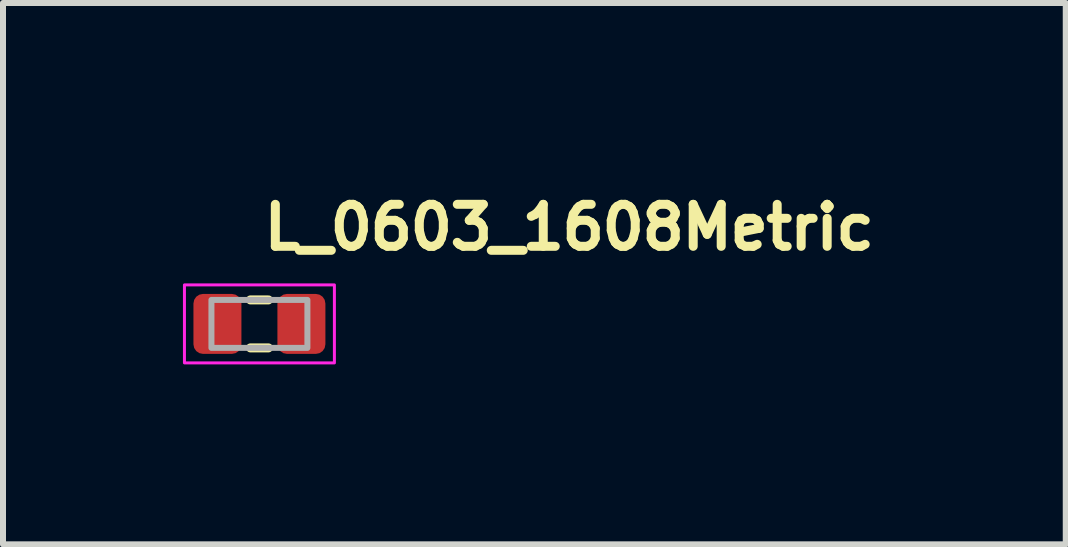
<source format=kicad_pcb>
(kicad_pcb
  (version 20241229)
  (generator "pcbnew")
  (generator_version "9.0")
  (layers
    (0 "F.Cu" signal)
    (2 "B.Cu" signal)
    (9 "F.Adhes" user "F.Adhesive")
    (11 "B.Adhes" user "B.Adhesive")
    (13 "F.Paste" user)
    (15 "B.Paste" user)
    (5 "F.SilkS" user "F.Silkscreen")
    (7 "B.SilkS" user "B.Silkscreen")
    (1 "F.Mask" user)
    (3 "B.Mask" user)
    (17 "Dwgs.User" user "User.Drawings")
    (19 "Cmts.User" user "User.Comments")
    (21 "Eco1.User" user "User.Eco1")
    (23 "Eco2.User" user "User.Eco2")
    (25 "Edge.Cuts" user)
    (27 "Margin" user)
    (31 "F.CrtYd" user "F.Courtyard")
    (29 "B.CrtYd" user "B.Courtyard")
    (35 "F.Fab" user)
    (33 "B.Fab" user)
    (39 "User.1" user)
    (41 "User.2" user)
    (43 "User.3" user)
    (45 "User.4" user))
  (footprint "L_0603_1608Metric"
    (layer "F.Cu")
    (at 1.275 2.35)
    (property "Reference" "L_0603_1608Metric" (at 0 -1.2 0) (layer "F.SilkS") (effects (font (size 0.7 0.7) (thickness 0.15)) (justify left bottom)))
    (attr smd)
    (fp_line (start -0.15 -0.4) (end 0.15 -0.4) (stroke (width 0.15) (type solid)) (layer "F.SilkS"))
    (fp_line (start -0.15 0.4) (end 0.15 0.4) (stroke (width 0.15) (type solid)) (layer "F.SilkS"))
    (fp_rect (start -1.25 -0.65) (end 1.25 0.65) (stroke (width 0.05) (type solid)) (fill no) (layer "F.CrtYd"))
    (fp_rect (start -0.8 -0.4) (end 0.8 0.4) (stroke (width 0.1) (type solid)) (fill no) (layer "F.Fab"))
    (fp_rect (start -0.8 -0.4) (end 0.8 0.4) (stroke (width 0.1) (type solid)) (fill no) (layer "User.5"))
    (fp_line (start -0.8 -0.384) (end -0.8 0.384) (stroke (width 0.1) (type solid)) (layer "User.9"))
    (fp_line (start -0.8 -0.384) (end -0.8 -0.384) (stroke (width 0.1) (type solid)) (layer "User.9"))
    (fp_line (start -0.8 0.384) (end -0.8 0.384) (stroke (width 0.1) (type solid)) (layer "User.9"))
    (fp_line (start -0.8 -0.384) (end -0.8 -0.384) (stroke (width 0.1) (type solid)) (layer "User.9"))
    (fp_line (start -0.8 0.384) (end -0.8 0.384) (stroke (width 0.1) (type solid)) (layer "User.9"))
    (fp_line (start -0.799 -0.384) (end -0.8 -0.384) (stroke (width 0.1) (type solid)) (layer "User.9"))
    (fp_line (start -0.799 0.384) (end -0.8 0.384) (stroke (width 0.1) (type solid)) (layer "User.9"))
    (fp_line (start -0.798 -0.384) (end -0.799 -0.384) (stroke (width 0.1) (type solid)) (layer "User.9"))
    (fp_line (start -0.798 0.384) (end -0.799 0.384) (stroke (width 0.1) (type solid)) (layer "User.9"))
    (fp_line (start -0.798 -0.392) (end -0.8 -0.384) (stroke (width 0.1) (type solid)) (layer "User.9"))
    (fp_line (start -0.798 0.392) (end -0.8 0.384) (stroke (width 0.1) (type solid)) (layer "User.9"))
    (fp_line (start -0.798 0.392) (end -0.8 0.384) (stroke (width 0.1) (type solid)) (layer "User.9"))
    (fp_line (start -0.798 -0.384) (end -0.798 -0.384) (stroke (width 0.1) (type solid)) (layer "User.9"))
    (fp_line (start -0.798 0.384) (end -0.798 0.384) (stroke (width 0.1) (type solid)) (layer "User.9"))
    (fp_line (start -0.797 -0.384) (end -0.798 -0.384) (stroke (width 0.1) (type solid)) (layer "User.9"))
    (fp_line (start -0.797 0.384) (end -0.798 0.384) (stroke (width 0.1) (type solid)) (layer "User.9"))
    (fp_line (start -0.795 -0.384) (end -0.797 -0.384) (stroke (width 0.1) (type solid)) (layer "User.9"))
    (fp_line (start -0.795 0.384) (end -0.797 0.384) (stroke (width 0.1) (type solid)) (layer "User.9"))
    (fp_line (start -0.794 -0.384) (end -0.795 -0.384) (stroke (width 0.1) (type solid)) (layer "User.9"))
    (fp_line (start -0.794 0.384) (end -0.795 0.384) (stroke (width 0.1) (type solid)) (layer "User.9"))
    (fp_line (start -0.793 -0.384) (end -0.794 -0.384) (stroke (width 0.1) (type solid)) (layer "User.9"))
    (fp_line (start -0.793 0.384) (end -0.794 0.384) (stroke (width 0.1) (type solid)) (layer "User.9"))
    (fp_line (start -0.792 -0.398) (end -0.798 -0.392) (stroke (width 0.1) (type solid)) (layer "User.9"))
    (fp_line (start -0.792 0.398) (end -0.798 0.392) (stroke (width 0.1) (type solid)) (layer "User.9"))
    (fp_line (start -0.792 0.398) (end -0.798 0.392) (stroke (width 0.1) (type solid)) (layer "User.9"))
    (fp_line (start -0.791 -0.384) (end -0.793 -0.384) (stroke (width 0.1) (type solid)) (layer "User.9"))
    (fp_line (start -0.791 0.384) (end -0.793 0.384) (stroke (width 0.1) (type solid)) (layer "User.9"))
    (fp_line (start -0.789 -0.384) (end -0.791 -0.384) (stroke (width 0.1) (type solid)) (layer "User.9"))
    (fp_line (start -0.789 0.384) (end -0.791 0.384) (stroke (width 0.1) (type solid)) (layer "User.9"))
    (fp_line (start -0.788 -0.384) (end -0.789 -0.384) (stroke (width 0.1) (type solid)) (layer "User.9"))
    (fp_line (start -0.788 0.384) (end -0.789 0.384) (stroke (width 0.1) (type solid)) (layer "User.9"))
    (fp_line (start -0.786 -0.384) (end -0.788 -0.384) (stroke (width 0.1) (type solid)) (layer "User.9"))
    (fp_line (start -0.786 0.384) (end -0.788 0.384) (stroke (width 0.1) (type solid)) (layer "User.9"))
    (fp_line (start -0.784 -0.4) (end -0.792 -0.398) (stroke (width 0.1) (type solid)) (layer "User.9"))
    (fp_line (start -0.784 -0.4) (end -0.784 -0.4) (stroke (width 0.1) (type solid)) (layer "User.9"))
    (fp_line (start -0.784 -0.4) (end -0.784 -0.4) (stroke (width 0.1) (type solid)) (layer "User.9"))
    (fp_line (start -0.784 -0.4) (end -0.784 -0.399) (stroke (width 0.1) (type solid)) (layer "User.9"))
    (fp_line (start -0.784 -0.399) (end -0.784 -0.398) (stroke (width 0.1) (type solid)) (layer "User.9"))
    (fp_line (start -0.784 -0.398) (end -0.784 -0.398) (stroke (width 0.1) (type solid)) (layer "User.9"))
    (fp_line (start -0.784 -0.398) (end -0.784 -0.397) (stroke (width 0.1) (type solid)) (layer "User.9"))
    (fp_line (start -0.784 -0.397) (end -0.784 -0.395) (stroke (width 0.1) (type solid)) (layer "User.9"))
    (fp_line (start -0.784 -0.395) (end -0.784 -0.394) (stroke (width 0.1) (type solid)) (layer "User.9"))
    (fp_line (start -0.784 -0.394) (end -0.784 -0.393) (stroke (width 0.1) (type solid)) (layer "User.9"))
    (fp_line (start -0.784 -0.393) (end -0.784 -0.391) (stroke (width 0.1) (type solid)) (layer "User.9"))
    (fp_line (start -0.784 -0.391) (end -0.784 -0.389) (stroke (width 0.1) (type solid)) (layer "User.9"))
    (fp_line (start -0.784 -0.389) (end -0.784 -0.388) (stroke (width 0.1) (type solid)) (layer "User.9"))
    (fp_line (start -0.784 -0.388) (end -0.784 -0.386) (stroke (width 0.1) (type solid)) (layer "User.9"))
    (fp_line (start -0.784 -0.386) (end -0.784 -0.384) (stroke (width 0.1) (type solid)) (layer "User.9"))
    (fp_line (start -0.784 -0.384) (end -0.786 -0.384) (stroke (width 0.1) (type solid)) (layer "User.9"))
    (fp_line (start -0.784 -0.384) (end -0.784 0.384) (stroke (width 0.1) (type solid)) (layer "User.9"))
    (fp_line (start -0.784 0.384) (end -0.786 0.384) (stroke (width 0.1) (type solid)) (layer "User.9"))
    (fp_line (start -0.784 0.384) (end -0.784 0.386) (stroke (width 0.1) (type solid)) (layer "User.9"))
    (fp_line (start -0.784 0.386) (end -0.784 0.388) (stroke (width 0.1) (type solid)) (layer "User.9"))
    (fp_line (start -0.784 0.388) (end -0.784 0.389) (stroke (width 0.1) (type solid)) (layer "User.9"))
    (fp_line (start -0.784 0.389) (end -0.784 0.391) (stroke (width 0.1) (type solid)) (layer "User.9"))
    (fp_line (start -0.784 0.391) (end -0.784 0.393) (stroke (width 0.1) (type solid)) (layer "User.9"))
    (fp_line (start -0.784 0.393) (end -0.784 0.394) (stroke (width 0.1) (type solid)) (layer "User.9"))
    (fp_line (start -0.784 0.394) (end -0.784 0.395) (stroke (width 0.1) (type solid)) (layer "User.9"))
    (fp_line (start -0.784 0.395) (end -0.784 0.397) (stroke (width 0.1) (type solid)) (layer "User.9"))
    (fp_line (start -0.784 0.397) (end -0.784 0.398) (stroke (width 0.1) (type solid)) (layer "User.9"))
    (fp_line (start -0.784 0.398) (end -0.784 0.398) (stroke (width 0.1) (type solid)) (layer "User.9"))
    (fp_line (start -0.784 0.398) (end -0.784 0.399) (stroke (width 0.1) (type solid)) (layer "User.9"))
    (fp_line (start -0.784 0.399) (end -0.784 0.4) (stroke (width 0.1) (type solid)) (layer "User.9"))
    (fp_line (start -0.784 0.4) (end -0.784 0.4) (stroke (width 0.1) (type solid)) (layer "User.9"))
    (fp_line (start -0.784 0.4) (end -0.784 0.4) (stroke (width 0.1) (type solid)) (layer "User.9"))
    (fp_line (start -0.784 0.4) (end -0.792 0.398) (stroke (width 0.1) (type solid)) (layer "User.9"))
    (fp_line (start -0.784 0.4) (end -0.792 0.398) (stroke (width 0.1) (type solid)) (layer "User.9"))
    (fp_line (start -0.784 0.4) (end -0.45 0.4) (stroke (width 0.1) (type solid)) (layer "User.9"))
    (fp_line (start -0.45 -0.4) (end -0.784 -0.4) (stroke (width 0.1) (type solid)) (layer "User.9"))
    (fp_line (start -0.45 -0.4) (end -0.45 -0.4) (stroke (width 0.1) (type solid)) (layer "User.9"))
    (fp_line (start -0.45 -0.4) (end -0.45 -0.4) (stroke (width 0.1) (type solid)) (layer "User.9"))
    (fp_line (start -0.45 -0.4) (end -0.45 -0.399) (stroke (width 0.1) (type solid)) (layer "User.9"))
    (fp_line (start -0.45 -0.399) (end -0.45 -0.398) (stroke (width 0.1) (type solid)) (layer "User.9"))
    (fp_line (start -0.45 -0.398) (end -0.45 -0.398) (stroke (width 0.1) (type solid)) (layer "User.9"))
    (fp_line (start -0.45 -0.398) (end -0.45 -0.397) (stroke (width 0.1) (type solid)) (layer "User.9"))
    (fp_line (start -0.45 -0.397) (end -0.45 -0.395) (stroke (width 0.1) (type solid)) (layer "User.9"))
    (fp_line (start -0.45 -0.395) (end -0.45 -0.394) (stroke (width 0.1) (type solid)) (layer "User.9"))
    (fp_line (start -0.45 -0.395) (end 0.45 -0.395) (stroke (width 0.1) (type solid)) (layer "User.9"))
    (fp_line (start -0.45 -0.394) (end -0.45 -0.393) (stroke (width 0.1) (type solid)) (layer "User.9"))
    (fp_line (start -0.45 -0.393) (end -0.45 -0.391) (stroke (width 0.1) (type solid)) (layer "User.9"))
    (fp_line (start -0.45 -0.391) (end -0.45 -0.389) (stroke (width 0.1) (type solid)) (layer "User.9"))
    (fp_line (start -0.45 -0.389) (end -0.45 -0.388) (stroke (width 0.1) (type solid)) (layer "User.9"))
    (fp_line (start -0.45 -0.388) (end -0.45 -0.386) (stroke (width 0.1) (type solid)) (layer "User.9"))
    (fp_line (start -0.45 -0.386) (end -0.45 -0.384) (stroke (width 0.1) (type solid)) (layer "User.9"))
    (fp_line (start -0.45 -0.384) (end -0.784 -0.384) (stroke (width 0.1) (type solid)) (layer "User.9"))
    (fp_line (start -0.45 -0.384) (end -0.45 0.384) (stroke (width 0.1) (type solid)) (layer "User.9"))
    (fp_line (start -0.45 0.384) (end -0.784 0.384) (stroke (width 0.1) (type solid)) (layer "User.9"))
    (fp_line (start -0.45 0.384) (end -0.45 0.386) (stroke (width 0.1) (type solid)) (layer "User.9"))
    (fp_line (start -0.45 0.386) (end -0.45 0.388) (stroke (width 0.1) (type solid)) (layer "User.9"))
    (fp_line (start -0.45 0.388) (end -0.45 0.389) (stroke (width 0.1) (type solid)) (layer "User.9"))
    (fp_line (start -0.45 0.389) (end -0.45 0.391) (stroke (width 0.1) (type solid)) (layer "User.9"))
    (fp_line (start -0.45 0.391) (end -0.45 0.393) (stroke (width 0.1) (type solid)) (layer "User.9"))
    (fp_line (start -0.45 0.393) (end -0.45 0.394) (stroke (width 0.1) (type solid)) (layer "User.9"))
    (fp_line (start -0.45 0.394) (end -0.45 0.395) (stroke (width 0.1) (type solid)) (layer "User.9"))
    (fp_line (start -0.45 0.395) (end 0.45 0.395) (stroke (width 0.1) (type solid)) (layer "User.9"))
    (fp_line (start -0.45 0.395) (end -0.45 0.397) (stroke (width 0.1) (type solid)) (layer "User.9"))
    (fp_line (start -0.45 0.397) (end -0.45 0.398) (stroke (width 0.1) (type solid)) (layer "User.9"))
    (fp_line (start -0.45 0.398) (end -0.45 0.398) (stroke (width 0.1) (type solid)) (layer "User.9"))
    (fp_line (start -0.45 0.398) (end -0.45 0.399) (stroke (width 0.1) (type solid)) (layer "User.9"))
    (fp_line (start -0.45 0.399) (end -0.45 0.4) (stroke (width 0.1) (type solid)) (layer "User.9"))
    (fp_line (start -0.45 0.4) (end -0.45 0.4) (stroke (width 0.1) (type solid)) (layer "User.9"))
    (fp_line (start -0.45 0.4) (end -0.45 0.4) (stroke (width 0.1) (type solid)) (layer "User.9"))
    (fp_line (start 0.45 -0.4) (end 0.784 -0.4) (stroke (width 0.1) (type solid)) (layer "User.9"))
    (fp_line (start 0.45 -0.4) (end 0.45 -0.4) (stroke (width 0.1) (type solid)) (layer "User.9"))
    (fp_line (start 0.45 -0.4) (end 0.45 -0.4) (stroke (width 0.1) (type solid)) (layer "User.9"))
    (fp_line (start 0.45 -0.399) (end 0.45 -0.4) (stroke (width 0.1) (type solid)) (layer "User.9"))
    (fp_line (start 0.45 -0.398) (end 0.45 -0.399) (stroke (width 0.1) (type solid)) (layer "User.9"))
    (fp_line (start 0.45 -0.398) (end 0.45 -0.398) (stroke (width 0.1) (type solid)) (layer "User.9"))
    (fp_line (start 0.45 -0.397) (end 0.45 -0.398) (stroke (width 0.1) (type solid)) (layer "User.9"))
    (fp_line (start 0.45 -0.395) (end 0.45 -0.397) (stroke (width 0.1) (type solid)) (layer "User.9"))
    (fp_line (start 0.45 -0.394) (end 0.45 -0.395) (stroke (width 0.1) (type solid)) (layer "User.9"))
    (fp_line (start 0.45 -0.393) (end 0.45 -0.394) (stroke (width 0.1) (type solid)) (layer "User.9"))
    (fp_line (start 0.45 -0.391) (end 0.45 -0.393) (stroke (width 0.1) (type solid)) (layer "User.9"))
    (fp_line (start 0.45 -0.389) (end 0.45 -0.391) (stroke (width 0.1) (type solid)) (layer "User.9"))
    (fp_line (start 0.45 -0.388) (end 0.45 -0.389) (stroke (width 0.1) (type solid)) (layer "User.9"))
    (fp_line (start 0.45 -0.386) (end 0.45 -0.388) (stroke (width 0.1) (type solid)) (layer "User.9"))
    (fp_line (start 0.45 -0.384) (end 0.45 -0.386) (stroke (width 0.1) (type solid)) (layer "User.9"))
    (fp_line (start 0.45 -0.384) (end 0.784 -0.384) (stroke (width 0.1) (type solid)) (layer "User.9"))
    (fp_line (start 0.45 -0.379) (end -0.45 -0.379) (stroke (width 0.1) (type solid)) (layer "User.9"))
    (fp_line (start 0.45 0.379) (end -0.45 0.379) (stroke (width 0.1) (type solid)) (layer "User.9"))
    (fp_line (start 0.45 0.384) (end 0.45 -0.384) (stroke (width 0.1) (type solid)) (layer "User.9"))
    (fp_line (start 0.45 0.384) (end 0.784 0.384) (stroke (width 0.1) (type solid)) (layer "User.9"))
    (fp_line (start 0.45 0.386) (end 0.45 0.384) (stroke (width 0.1) (type solid)) (layer "User.9"))
    (fp_line (start 0.45 0.388) (end 0.45 0.386) (stroke (width 0.1) (type solid)) (layer "User.9"))
    (fp_line (start 0.45 0.389) (end 0.45 0.388) (stroke (width 0.1) (type solid)) (layer "User.9"))
    (fp_line (start 0.45 0.391) (end 0.45 0.389) (stroke (width 0.1) (type solid)) (layer "User.9"))
    (fp_line (start 0.45 0.393) (end 0.45 0.391) (stroke (width 0.1) (type solid)) (layer "User.9"))
    (fp_line (start 0.45 0.394) (end 0.45 0.393) (stroke (width 0.1) (type solid)) (layer "User.9"))
    (fp_line (start 0.45 0.395) (end 0.45 0.394) (stroke (width 0.1) (type solid)) (layer "User.9"))
    (fp_line (start 0.45 0.397) (end 0.45 0.395) (stroke (width 0.1) (type solid)) (layer "User.9"))
    (fp_line (start 0.45 0.398) (end 0.45 0.397) (stroke (width 0.1) (type solid)) (layer "User.9"))
    (fp_line (start 0.45 0.398) (end 0.45 0.398) (stroke (width 0.1) (type solid)) (layer "User.9"))
    (fp_line (start 0.45 0.399) (end 0.45 0.398) (stroke (width 0.1) (type solid)) (layer "User.9"))
    (fp_line (start 0.45 0.4) (end 0.45 0.399) (stroke (width 0.1) (type solid)) (layer "User.9"))
    (fp_line (start 0.45 0.4) (end 0.45 0.4) (stroke (width 0.1) (type solid)) (layer "User.9"))
    (fp_line (start 0.45 0.4) (end 0.45 0.4) (stroke (width 0.1) (type solid)) (layer "User.9"))
    (fp_line (start 0.45 0.4) (end 0.784 0.4) (stroke (width 0.1) (type solid)) (layer "User.9"))
    (fp_line (start 0.784 -0.4) (end 0.792 -0.398) (stroke (width 0.1) (type solid)) (layer "User.9"))
    (fp_line (start 0.784 -0.4) (end 0.792 -0.398) (stroke (width 0.1) (type solid)) (layer "User.9"))
    (fp_line (start 0.784 -0.4) (end 0.784 -0.4) (stroke (width 0.1) (type solid)) (layer "User.9"))
    (fp_line (start 0.784 -0.4) (end 0.784 -0.4) (stroke (width 0.1) (type solid)) (layer "User.9"))
    (fp_line (start 0.784 -0.399) (end 0.784 -0.4) (stroke (width 0.1) (type solid)) (layer "User.9"))
    (fp_line (start 0.784 -0.398) (end 0.784 -0.399) (stroke (width 0.1) (type solid)) (layer "User.9"))
    (fp_line (start 0.784 -0.398) (end 0.784 -0.398) (stroke (width 0.1) (type solid)) (layer "User.9"))
    (fp_line (start 0.784 -0.397) (end 0.784 -0.398) (stroke (width 0.1) (type solid)) (layer "User.9"))
    (fp_line (start 0.784 -0.395) (end 0.784 -0.397) (stroke (width 0.1) (type solid)) (layer "User.9"))
    (fp_line (start 0.784 -0.394) (end 0.784 -0.395) (stroke (width 0.1) (type solid)) (layer "User.9"))
    (fp_line (start 0.784 -0.393) (end 0.784 -0.394) (stroke (width 0.1) (type solid)) (layer "User.9"))
    (fp_line (start 0.784 -0.391) (end 0.784 -0.393) (stroke (width 0.1) (type solid)) (layer "User.9"))
    (fp_line (start 0.784 -0.389) (end 0.784 -0.391) (stroke (width 0.1) (type solid)) (layer "User.9"))
    (fp_line (start 0.784 -0.388) (end 0.784 -0.389) (stroke (width 0.1) (type solid)) (layer "User.9"))
    (fp_line (start 0.784 -0.386) (end 0.784 -0.388) (stroke (width 0.1) (type solid)) (layer "User.9"))
    (fp_line (start 0.784 -0.384) (end 0.784 -0.386) (stroke (width 0.1) (type solid)) (layer "User.9"))
    (fp_line (start 0.784 -0.384) (end 0.786 -0.384) (stroke (width 0.1) (type solid)) (layer "User.9"))
    (fp_line (start 0.784 0.384) (end 0.784 -0.384) (stroke (width 0.1) (type solid)) (layer "User.9"))
    (fp_line (start 0.784 0.384) (end 0.786 0.384) (stroke (width 0.1) (type solid)) (layer "User.9"))
    (fp_line (start 0.784 0.386) (end 0.784 0.384) (stroke (width 0.1) (type solid)) (layer "User.9"))
    (fp_line (start 0.784 0.388) (end 0.784 0.386) (stroke (width 0.1) (type solid)) (layer "User.9"))
    (fp_line (start 0.784 0.389) (end 0.784 0.388) (stroke (width 0.1) (type solid)) (layer "User.9"))
    (fp_line (start 0.784 0.391) (end 0.784 0.389) (stroke (width 0.1) (type solid)) (layer "User.9"))
    (fp_line (start 0.784 0.393) (end 0.784 0.391) (stroke (width 0.1) (type solid)) (layer "User.9"))
    (fp_line (start 0.784 0.394) (end 0.784 0.393) (stroke (width 0.1) (type solid)) (layer "User.9"))
    (fp_line (start 0.784 0.395) (end 0.784 0.394) (stroke (width 0.1) (type solid)) (layer "User.9"))
    (fp_line (start 0.784 0.397) (end 0.784 0.395) (stroke (width 0.1) (type solid)) (layer "User.9"))
    (fp_line (start 0.784 0.398) (end 0.784 0.397) (stroke (width 0.1) (type solid)) (layer "User.9"))
    (fp_line (start 0.784 0.398) (end 0.784 0.398) (stroke (width 0.1) (type solid)) (layer "User.9"))
    (fp_line (start 0.784 0.399) (end 0.784 0.398) (stroke (width 0.1) (type solid)) (layer "User.9"))
    (fp_line (start 0.784 0.4) (end 0.784 0.399) (stroke (width 0.1) (type solid)) (layer "User.9"))
    (fp_line (start 0.784 0.4) (end 0.784 0.4) (stroke (width 0.1) (type solid)) (layer "User.9"))
    (fp_line (start 0.784 0.4) (end 0.784 0.4) (stroke (width 0.1) (type solid)) (layer "User.9"))
    (fp_line (start 0.786 -0.384) (end 0.788 -0.384) (stroke (width 0.1) (type solid)) (layer "User.9"))
    (fp_line (start 0.786 0.384) (end 0.788 0.384) (stroke (width 0.1) (type solid)) (layer "User.9"))
    (fp_line (start 0.788 -0.384) (end 0.789 -0.384) (stroke (width 0.1) (type solid)) (layer "User.9"))
    (fp_line (start 0.788 0.384) (end 0.789 0.384) (stroke (width 0.1) (type solid)) (layer "User.9"))
    (fp_line (start 0.789 -0.384) (end 0.791 -0.384) (stroke (width 0.1) (type solid)) (layer "User.9"))
    (fp_line (start 0.789 0.384) (end 0.791 0.384) (stroke (width 0.1) (type solid)) (layer "User.9"))
    (fp_line (start 0.791 -0.384) (end 0.793 -0.384) (stroke (width 0.1) (type solid)) (layer "User.9"))
    (fp_line (start 0.791 0.384) (end 0.793 0.384) (stroke (width 0.1) (type solid)) (layer "User.9"))
    (fp_line (start 0.792 -0.398) (end 0.798 -0.392) (stroke (width 0.1) (type solid)) (layer "User.9"))
    (fp_line (start 0.792 -0.398) (end 0.798 -0.392) (stroke (width 0.1) (type solid)) (layer "User.9"))
    (fp_line (start 0.792 0.398) (end 0.784 0.4) (stroke (width 0.1) (type solid)) (layer "User.9"))
    (fp_line (start 0.792 0.398) (end 0.784 0.4) (stroke (width 0.1) (type solid)) (layer "User.9"))
    (fp_line (start 0.793 -0.384) (end 0.794 -0.384) (stroke (width 0.1) (type solid)) (layer "User.9"))
    (fp_line (start 0.793 0.384) (end 0.794 0.384) (stroke (width 0.1) (type solid)) (layer "User.9"))
    (fp_line (start 0.794 -0.384) (end 0.795 -0.384) (stroke (width 0.1) (type solid)) (layer "User.9"))
    (fp_line (start 0.794 0.384) (end 0.795 0.384) (stroke (width 0.1) (type solid)) (layer "User.9"))
    (fp_line (start 0.795 -0.384) (end 0.797 -0.384) (stroke (width 0.1) (type solid)) (layer "User.9"))
    (fp_line (start 0.795 0.384) (end 0.797 0.384) (stroke (width 0.1) (type solid)) (layer "User.9"))
    (fp_line (start 0.797 -0.384) (end 0.798 -0.384) (stroke (width 0.1) (type solid)) (layer "User.9"))
    (fp_line (start 0.797 0.384) (end 0.798 0.384) (stroke (width 0.1) (type solid)) (layer "User.9"))
    (fp_line (start 0.798 -0.384) (end 0.798 -0.384) (stroke (width 0.1) (type solid)) (layer "User.9"))
    (fp_line (start 0.798 0.384) (end 0.798 0.384) (stroke (width 0.1) (type solid)) (layer "User.9"))
    (fp_line (start 0.798 -0.392) (end 0.8 -0.384) (stroke (width 0.1) (type solid)) (layer "User.9"))
    (fp_line (start 0.798 -0.392) (end 0.8 -0.384) (stroke (width 0.1) (type solid)) (layer "User.9"))
    (fp_line (start 0.798 0.392) (end 0.792 0.398) (stroke (width 0.1) (type solid)) (layer "User.9"))
    (fp_line (start 0.798 0.392) (end 0.792 0.398) (stroke (width 0.1) (type solid)) (layer "User.9"))
    (fp_line (start 0.798 -0.384) (end 0.799 -0.384) (stroke (width 0.1) (type solid)) (layer "User.9"))
    (fp_line (start 0.798 0.384) (end 0.799 0.384) (stroke (width 0.1) (type solid)) (layer "User.9"))
    (fp_line (start 0.799 -0.384) (end 0.8 -0.384) (stroke (width 0.1) (type solid)) (layer "User.9"))
    (fp_line (start 0.799 0.384) (end 0.8 0.384) (stroke (width 0.1) (type solid)) (layer "User.9"))
    (fp_line (start 0.8 -0.384) (end 0.8 -0.384) (stroke (width 0.1) (type solid)) (layer "User.9"))
    (fp_line (start 0.8 0.384) (end 0.8 0.384) (stroke (width 0.1) (type solid)) (layer "User.9"))
    (fp_line (start 0.8 -0.384) (end 0.8 -0.384) (stroke (width 0.1) (type solid)) (layer "User.9"))
    (fp_line (start 0.8 0.384) (end 0.8 0.384) (stroke (width 0.1) (type solid)) (layer "User.9"))
    (fp_line (start 0.8 0.384) (end 0.798 0.392) (stroke (width 0.1) (type solid)) (layer "User.9"))
    (fp_line (start 0.8 0.384) (end 0.798 0.392) (stroke (width 0.1) (type solid)) (layer "User.9"))
    (fp_line (start 0.8 0.384) (end 0.8 -0.384) (stroke (width 0.1) (type solid)) (layer "User.9"))
    (pad "1" smd roundrect (at -0.7 0) (size 0.8 1) (layers "F.Cu" "F.Mask" "F.Paste") (roundrect_rratio 0.2))
    (pad "2" smd roundrect (at 0.7 0) (size 0.8 1) (layers "F.Cu" "F.Mask" "F.Paste") (roundrect_rratio 0.2)))
  (gr_rect
    (start -3 -3)
    (end 14.718 6.025)
    (stroke (width 0.1) (type default))
    (fill no)
    (layer "Edge.Cuts")))
</source>
